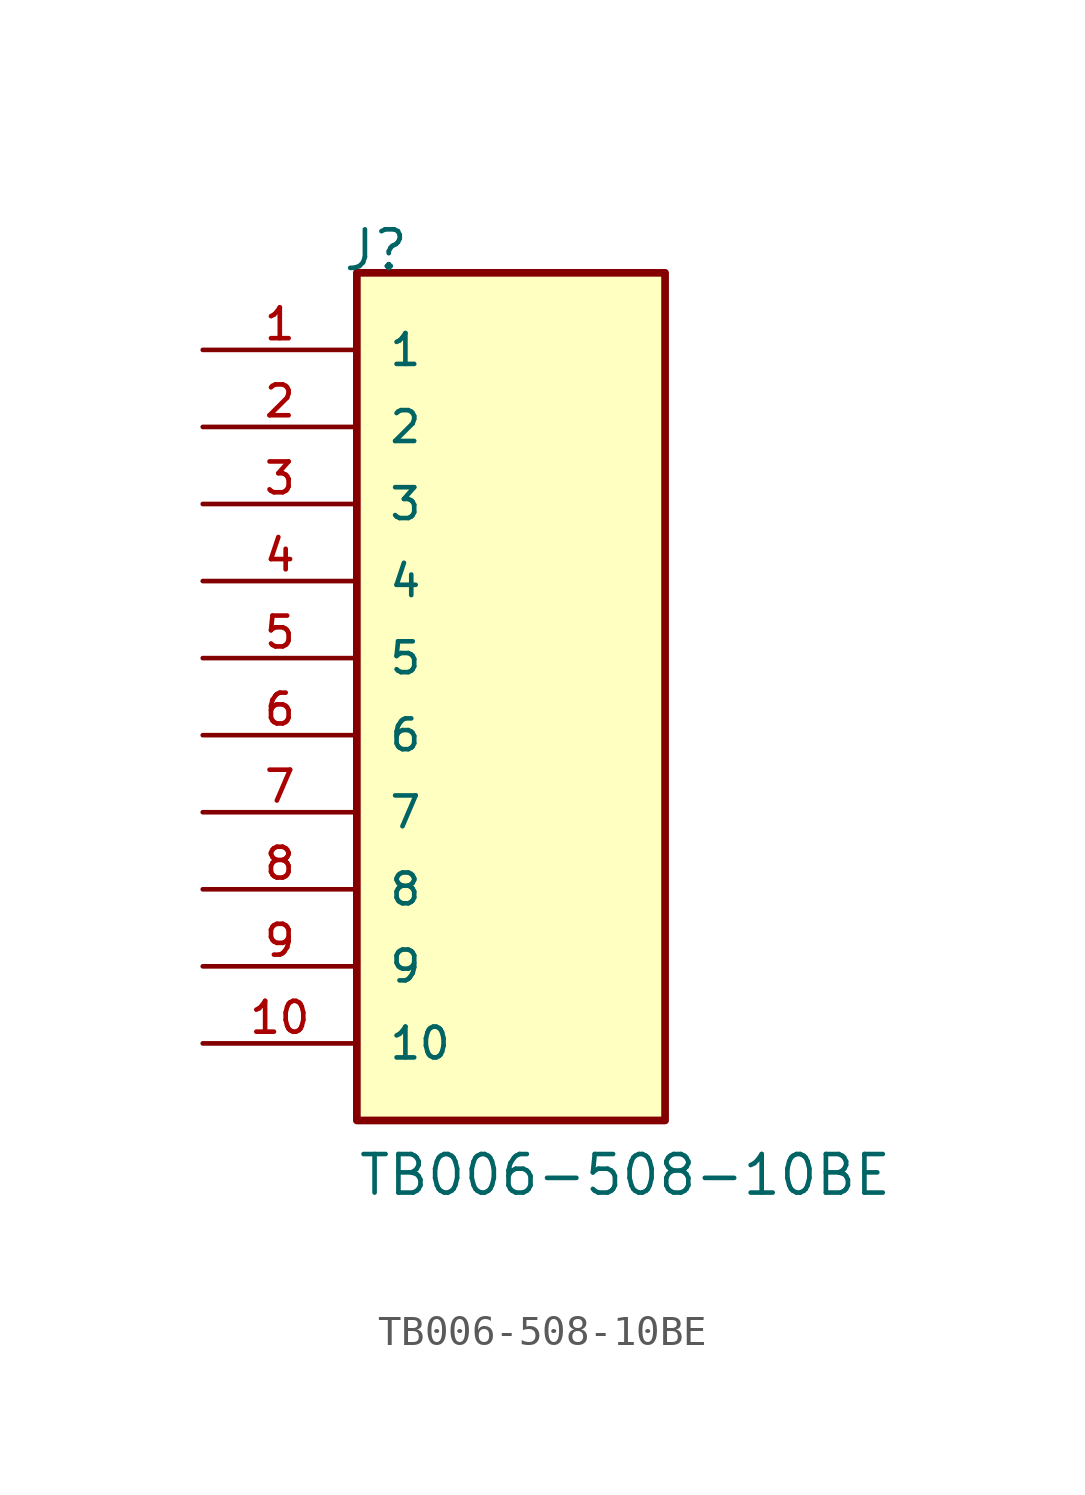
<source format=kicad_sym>
(kicad_symbol_lib
  (version 20211014)
  (generator kicad_symbol_editor)
  (symbol "TB006-508-10BE"
    (pin_names
      (offset 1.016))
    (property "Reference" "J"
      (at -5.58 15.24 0)
      (effects (font (size 1.27 1.27)) (justify bottom left)))
    (property "Value" "TB006-508-10BE"
      (at -5.08 -15.24 0)
      (effects (font (size 1.27 1.27)) (justify bottom left)))
    (symbol "TB006-508-10BE_0_0"
      (rectangle (start -5.08 -12.7) (end 5.08 15.24) (stroke (width 0.254)) (fill (type background)))
      (pin passive line (at -10.16 12.7 0) (length 5.08) (name "1" (effects (font (size 1.016 1.016)))) (number "1" (effects (font (size 1.016 1.016)))))
      (pin passive line (at -10.16 10.16 0) (length 5.08) (name "2" (effects (font (size 1.016 1.016)))) (number "2" (effects (font (size 1.016 1.016)))))
      (pin passive line (at -10.16 7.62 0) (length 5.08) (name "3" (effects (font (size 1.016 1.016)))) (number "3" (effects (font (size 1.016 1.016)))))
      (pin passive line (at -10.16 5.08 0) (length 5.08) (name "4" (effects (font (size 1.016 1.016)))) (number "4" (effects (font (size 1.016 1.016)))))
      (pin passive line (at -10.16 2.54 0) (length 5.08) (name "5" (effects (font (size 1.016 1.016)))) (number "5" (effects (font (size 1.016 1.016)))))
      (pin passive line (at -10.16 0.0 0) (length 5.08) (name "6" (effects (font (size 1.016 1.016)))) (number "6" (effects (font (size 1.016 1.016)))))
      (pin passive line (at -10.16 -2.54 0) (length 5.08) (name "7" (effects (font (size 1.016 1.016)))) (number "7" (effects (font (size 1.016 1.016)))))
      (pin passive line (at -10.16 -5.08 0) (length 5.08) (name "8" (effects (font (size 1.016 1.016)))) (number "8" (effects (font (size 1.016 1.016)))))
      (pin passive line (at -10.16 -7.62 0) (length 5.08) (name "9" (effects (font (size 1.016 1.016)))) (number "9" (effects (font (size 1.016 1.016)))))
      (pin passive line (at -10.16 -10.16 0) (length 5.08) (name "10" (effects (font (size 1.016 1.016)))) (number "10" (effects (font (size 1.016 1.016))))))))
</source>
